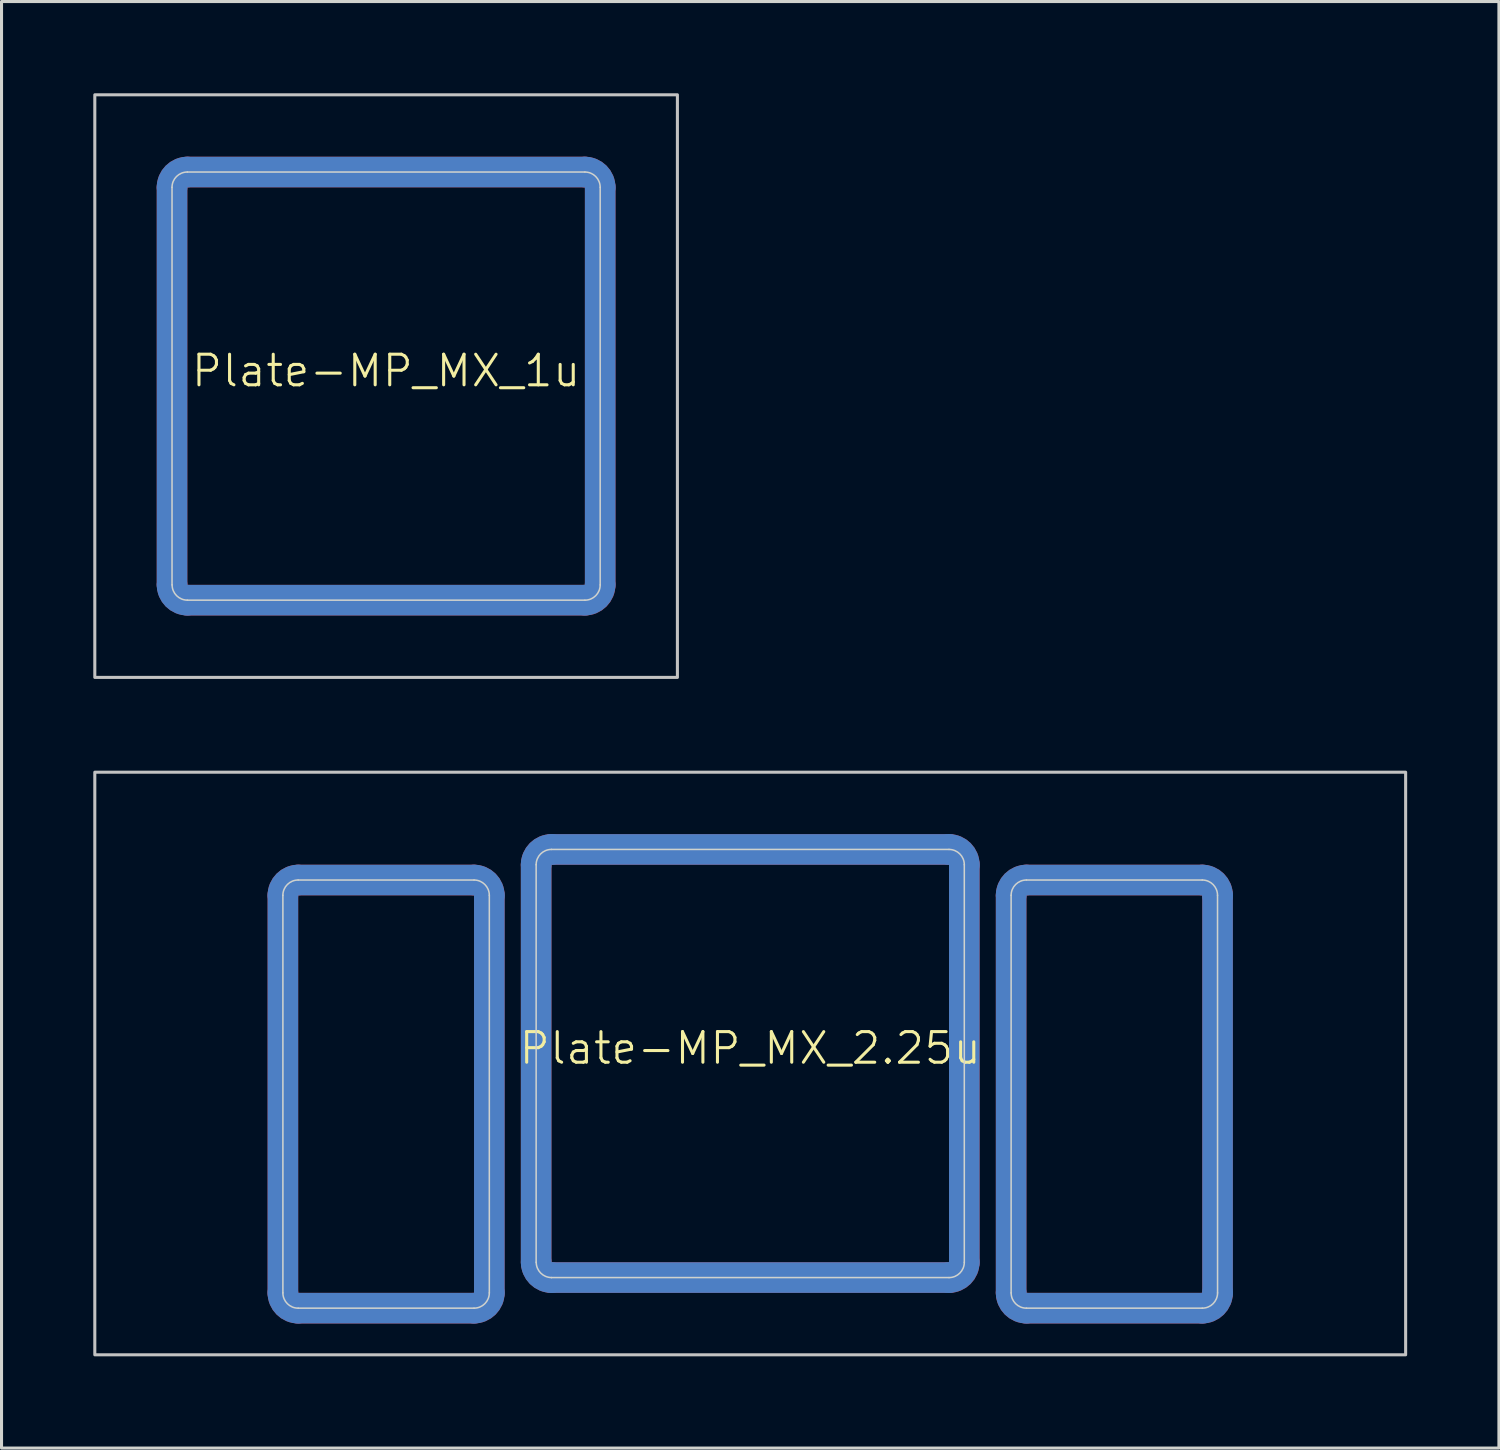
<source format=kicad_pcb>
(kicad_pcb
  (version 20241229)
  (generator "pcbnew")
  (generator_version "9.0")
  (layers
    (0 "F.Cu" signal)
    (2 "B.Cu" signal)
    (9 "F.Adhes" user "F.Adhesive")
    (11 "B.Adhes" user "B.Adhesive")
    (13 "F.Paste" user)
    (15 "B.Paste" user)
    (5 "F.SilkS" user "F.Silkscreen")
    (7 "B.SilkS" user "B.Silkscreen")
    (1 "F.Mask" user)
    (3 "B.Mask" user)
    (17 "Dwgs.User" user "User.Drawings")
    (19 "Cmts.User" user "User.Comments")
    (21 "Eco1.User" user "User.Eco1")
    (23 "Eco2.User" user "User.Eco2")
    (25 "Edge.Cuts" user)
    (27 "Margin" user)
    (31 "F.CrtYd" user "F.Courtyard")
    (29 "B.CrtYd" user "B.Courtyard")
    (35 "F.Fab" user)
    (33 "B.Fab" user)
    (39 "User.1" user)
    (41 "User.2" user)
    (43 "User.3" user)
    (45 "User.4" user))
  (footprint "Plate-MP_MX_2.25u"
    (layer "F.Cu")
    (at 21.481 31.725)
    (property "Reference" "Plate-MP_MX_2.25u" (at 0 -0.5 0) (unlocked yes) (layer "F.SilkS") (effects (font (size 1 1) (thickness 0.1))))
    (attr exclude_from_pos_files exclude_from_bom allow_missing_courtyard)
    (fp_line (start -15.281 -5.5) (end -15.281 7.5) (stroke (width 1) (type solid)) (layer "F.Cu"))
    (fp_line (start -9.031 -6) (end -14.781 -6) (stroke (width 1) (type solid)) (layer "F.Cu"))
    (fp_line (start -9.031 8) (end -14.781 8) (stroke (width 1) (type solid)) (layer "F.Cu"))
    (fp_line (start -8.531 -5.5) (end -8.531 7.5) (stroke (width 1) (type solid)) (layer "F.Cu"))
    (fp_line (start -7 -6.5) (end -7 6.5) (stroke (width 1) (type solid)) (layer "F.Cu"))
    (fp_line (start -6.5 7) (end 6.5 7) (stroke (width 1) (type solid)) (layer "F.Cu"))
    (fp_line (start 6.5 -7) (end -6.5 -7) (stroke (width 1) (type solid)) (layer "F.Cu"))
    (fp_line (start 7 6.5) (end 7 -6.5) (stroke (width 1) (type solid)) (layer "F.Cu"))
    (fp_line (start 8.531 -5.5) (end 8.531 7.5) (stroke (width 1) (type solid)) (layer "F.Cu"))
    (fp_line (start 14.781 -6) (end 9.031 -6) (stroke (width 1) (type solid)) (layer "F.Cu"))
    (fp_line (start 14.781 8) (end 9.031 8) (stroke (width 1) (type solid)) (layer "F.Cu"))
    (fp_line (start 15.281 -5.5) (end 15.281 7.5) (stroke (width 1) (type solid)) (layer "F.Cu"))
    (fp_arc (start -15.28125 -5.499999) (mid -15.134803 -5.853552) (end -14.78125 -5.999999) (stroke (width 1) (type solid)) (layer "F.Cu"))
    (fp_arc (start -14.78125 8.000001) (mid -15.134804 7.853555) (end -15.28125 7.500001) (stroke (width 1) (type solid)) (layer "F.Cu"))
    (fp_arc (start -9.03125 -5.999999) (mid -8.677697 -5.853552) (end -8.53125 -5.499999) (stroke (width 1) (type solid)) (layer "F.Cu"))
    (fp_arc (start -8.53125 7.500001) (mid -8.677697 7.853554) (end -9.03125 8.000001) (stroke (width 1) (type solid)) (layer "F.Cu"))
    (fp_arc (start -7 -6.5) (mid -6.853554 -6.853554) (end -6.5 -7) (stroke (width 1) (type solid)) (layer "F.Cu"))
    (fp_arc (start -6.497236 6.998884) (mid -6.85079 6.852438) (end -6.997236 6.498884) (stroke (width 1) (type solid)) (layer "F.Cu"))
    (fp_arc (start 6.5 -7) (mid 6.853554 -6.853554) (end 7 -6.5) (stroke (width 1) (type solid)) (layer "F.Cu"))
    (fp_arc (start 7 6.5) (mid 6.853554 6.853554) (end 6.5 7) (stroke (width 1) (type solid)) (layer "F.Cu"))
    (fp_arc (start 8.53125 -5.499999) (mid 8.677697 -5.853552) (end 9.03125 -5.999999) (stroke (width 1) (type solid)) (layer "F.Cu"))
    (fp_arc (start 9.03125 8.000001) (mid 8.677696 7.853555) (end 8.53125 7.500001) (stroke (width 1) (type solid)) (layer "F.Cu"))
    (fp_arc (start 14.78125 -5.999999) (mid 15.134803 -5.853552) (end 15.28125 -5.499999) (stroke (width 1) (type solid)) (layer "F.Cu"))
    (fp_arc (start 15.28125 7.500001) (mid 15.134803 7.853554) (end 14.78125 8.000001) (stroke (width 1) (type solid)) (layer "F.Cu"))
    (fp_line (start -15.281 -5.5) (end -15.281 7.5) (stroke (width 1.1) (type solid)) (layer "F.Mask"))
    (fp_line (start -14.781 -6) (end -9.031 -6) (stroke (width 1.1) (type solid)) (layer "F.Mask"))
    (fp_line (start -14.781 8) (end -9.031 8) (stroke (width 1.1) (type solid)) (layer "F.Mask"))
    (fp_line (start -8.531 -5.5) (end -8.531 7.5) (stroke (width 1.1) (type solid)) (layer "F.Mask"))
    (fp_line (start -7 -6.5) (end -7 6.5) (stroke (width 1.1) (type solid)) (layer "F.Mask"))
    (fp_line (start -6.5 7) (end 6.5 7) (stroke (width 1.1) (type solid)) (layer "F.Mask"))
    (fp_line (start 6.5 -7) (end -6.5 -7) (stroke (width 1.1) (type solid)) (layer "F.Mask"))
    (fp_line (start 7 6.5) (end 7 -6.5) (stroke (width 1.1) (type solid)) (layer "F.Mask"))
    (fp_line (start 8.531 -5.5) (end 8.531 7.5) (stroke (width 1.1) (type solid)) (layer "F.Mask"))
    (fp_line (start 9.031 -6) (end 14.781 -6) (stroke (width 1.1) (type solid)) (layer "F.Mask"))
    (fp_line (start 9.031 8) (end 14.781 8) (stroke (width 1.1) (type solid)) (layer "F.Mask"))
    (fp_line (start 15.281 -5.5) (end 15.281 7.5) (stroke (width 1.1) (type solid)) (layer "F.Mask"))
    (fp_arc (start -15.28125 -5.499999) (mid -15.134803 -5.853552) (end -14.78125 -5.999999) (stroke (width 1.1) (type solid)) (layer "F.Mask"))
    (fp_arc (start -14.78125 8.000001) (mid -15.134803 7.853554) (end -15.28125 7.500001) (stroke (width 1.1) (type solid)) (layer "F.Mask"))
    (fp_arc (start -9.03125 -5.999999) (mid -8.677697 -5.853552) (end -8.53125 -5.499999) (stroke (width 1.1) (type solid)) (layer "F.Mask"))
    (fp_arc (start -8.53125 7.500001) (mid -8.677697 7.853554) (end -9.03125 8.000001) (stroke (width 1.1) (type solid)) (layer "F.Mask"))
    (fp_arc (start -7 -6.5) (mid -6.853554 -6.853554) (end -6.5 -7) (stroke (width 1.1) (type solid)) (layer "F.Mask"))
    (fp_arc (start -6.497236 6.998884) (mid -6.85079 6.852438) (end -6.997236 6.498884) (stroke (width 1.1) (type solid)) (layer "F.Mask"))
    (fp_arc (start 6.5 -7) (mid 6.853554 -6.853554) (end 7 -6.5) (stroke (width 1.1) (type solid)) (layer "F.Mask"))
    (fp_arc (start 7 6.5) (mid 6.853554 6.853554) (end 6.5 7) (stroke (width 1.1) (type solid)) (layer "F.Mask"))
    (fp_arc (start 8.53125 -5.499999) (mid 8.677697 -5.853552) (end 9.03125 -5.999999) (stroke (width 1.1) (type solid)) (layer "F.Mask"))
    (fp_arc (start 9.03125 8.000001) (mid 8.677697 7.853554) (end 8.53125 7.500001) (stroke (width 1.1) (type solid)) (layer "F.Mask"))
    (fp_arc (start 14.78125 -5.999999) (mid 15.134803 -5.853552) (end 15.28125 -5.499999) (stroke (width 1.1) (type solid)) (layer "F.Mask"))
    (fp_arc (start 15.28125 7.500001) (mid 15.134803 7.853554) (end 14.78125 8.000001) (stroke (width 1.1) (type solid)) (layer "F.Mask"))
    (fp_line (start -15.281 -5.5) (end -15.281 7.5) (stroke (width 1) (type solid)) (layer "B.Cu"))
    (fp_line (start -14.781 -6) (end -9.031 -6) (stroke (width 1) (type solid)) (layer "B.Cu"))
    (fp_line (start -14.781 8) (end -9.031 8) (stroke (width 1) (type solid)) (layer "B.Cu"))
    (fp_line (start -8.531 -5.5) (end -8.531 7.5) (stroke (width 1) (type solid)) (layer "B.Cu"))
    (fp_line (start -7 6.5) (end -7 -6.5) (stroke (width 1) (type solid)) (layer "B.Cu"))
    (fp_line (start -6.5 -7) (end 6.5 -7) (stroke (width 1) (type solid)) (layer "B.Cu"))
    (fp_line (start 6.5 7) (end -6.5 7) (stroke (width 1) (type solid)) (layer "B.Cu"))
    (fp_line (start 7 -6.5) (end 7 6.5) (stroke (width 1) (type solid)) (layer "B.Cu"))
    (fp_line (start 8.531 -5.5) (end 8.531 7.5) (stroke (width 1) (type solid)) (layer "B.Cu"))
    (fp_line (start 9.031 -6) (end 14.781 -6) (stroke (width 1) (type solid)) (layer "B.Cu"))
    (fp_line (start 9.031 8) (end 14.781 8) (stroke (width 1) (type solid)) (layer "B.Cu"))
    (fp_line (start 15.281 -5.5) (end 15.281 7.5) (stroke (width 1) (type solid)) (layer "B.Cu"))
    (fp_arc (start -15.28125 -5.499999) (mid -15.134803 -5.853552) (end -14.78125 -5.999999) (stroke (width 1) (type solid)) (layer "B.Cu"))
    (fp_arc (start -14.78125 8.000001) (mid -15.134803 7.853554) (end -15.28125 7.500001) (stroke (width 1) (type solid)) (layer "B.Cu"))
    (fp_arc (start -9.03125 -5.999999) (mid -8.677697 -5.853552) (end -8.53125 -5.499999) (stroke (width 1) (type solid)) (layer "B.Cu"))
    (fp_arc (start -8.53125 7.500001) (mid -8.677697 7.853554) (end -9.03125 8.000001) (stroke (width 1) (type solid)) (layer "B.Cu"))
    (fp_arc (start -7 -6.5) (mid -6.853553 -6.853553) (end -6.5 -7) (stroke (width 1) (type solid)) (layer "B.Cu"))
    (fp_arc (start -6.5 7) (mid -6.853553 6.853553) (end -7 6.5) (stroke (width 1) (type solid)) (layer "B.Cu"))
    (fp_arc (start 6.5 -7) (mid 6.853554 -6.853554) (end 7 -6.5) (stroke (width 1) (type solid)) (layer "B.Cu"))
    (fp_arc (start 6.997236 6.498884) (mid 6.85079 6.852438) (end 6.497236 6.998884) (stroke (width 1) (type solid)) (layer "B.Cu"))
    (fp_arc (start 8.53125 -5.499999) (mid 8.677697 -5.853552) (end 9.03125 -5.999999) (stroke (width 1) (type solid)) (layer "B.Cu"))
    (fp_arc (start 9.03125 8.000001) (mid 8.677697 7.853554) (end 8.53125 7.500001) (stroke (width 1) (type solid)) (layer "B.Cu"))
    (fp_arc (start 14.78125 -5.999999) (mid 15.134803 -5.853552) (end 15.28125 -5.499999) (stroke (width 1) (type solid)) (layer "B.Cu"))
    (fp_arc (start 15.28125 7.500001) (mid 15.134803 7.853554) (end 14.78125 8.000001) (stroke (width 1) (type solid)) (layer "B.Cu"))
    (fp_line (start -15.281 -5.5) (end -15.281 7.5) (stroke (width 1.1) (type solid)) (layer "B.Mask"))
    (fp_line (start -9.031 -6) (end -14.781 -6) (stroke (width 1.1) (type solid)) (layer "B.Mask"))
    (fp_line (start -9.031 8) (end -14.781 8) (stroke (width 1.1) (type solid)) (layer "B.Mask"))
    (fp_line (start -8.531 -5.5) (end -8.531 7.5) (stroke (width 1.1) (type solid)) (layer "B.Mask"))
    (fp_line (start -7 6.5) (end -7 -6.5) (stroke (width 1.1) (type solid)) (layer "B.Mask"))
    (fp_line (start -6.5 -7) (end 6.5 -7) (stroke (width 1.1) (type solid)) (layer "B.Mask"))
    (fp_line (start 6.5 7) (end -6.5 7) (stroke (width 1.1) (type solid)) (layer "B.Mask"))
    (fp_line (start 7 -6.5) (end 7 6.5) (stroke (width 1.1) (type solid)) (layer "B.Mask"))
    (fp_line (start 8.531 -5.5) (end 8.531 7.5) (stroke (width 1.1) (type solid)) (layer "B.Mask"))
    (fp_line (start 14.781 -6) (end 9.031 -6) (stroke (width 1.1) (type solid)) (layer "B.Mask"))
    (fp_line (start 14.781 8) (end 9.031 8) (stroke (width 1.1) (type solid)) (layer "B.Mask"))
    (fp_line (start 15.281 -5.5) (end 15.281 7.5) (stroke (width 1.1) (type solid)) (layer "B.Mask"))
    (fp_arc (start -15.28125 -5.499999) (mid -15.134803 -5.853552) (end -14.78125 -5.999999) (stroke (width 1.1) (type solid)) (layer "B.Mask"))
    (fp_arc (start -14.78125 8.000001) (mid -15.134803 7.853554) (end -15.28125 7.500001) (stroke (width 1.1) (type solid)) (layer "B.Mask"))
    (fp_arc (start -9.03125 -5.999999) (mid -8.677697 -5.853552) (end -8.53125 -5.499999) (stroke (width 1.1) (type solid)) (layer "B.Mask"))
    (fp_arc (start -8.53125 7.500001) (mid -8.677697 7.853554) (end -9.03125 8.000001) (stroke (width 1.1) (type solid)) (layer "B.Mask"))
    (fp_arc (start -7 -6.5) (mid -6.853553 -6.853553) (end -6.5 -7) (stroke (width 1.1) (type solid)) (layer "B.Mask"))
    (fp_arc (start -6.5 7) (mid -6.853553 6.853553) (end -7 6.5) (stroke (width 1.1) (type solid)) (layer "B.Mask"))
    (fp_arc (start 6.5 -7) (mid 6.853554 -6.853554) (end 7 -6.5) (stroke (width 1.1) (type solid)) (layer "B.Mask"))
    (fp_arc (start 6.997236 6.498884) (mid 6.85079 6.852438) (end 6.497236 6.998884) (stroke (width 1.1) (type solid)) (layer "B.Mask"))
    (fp_arc (start 8.53125 -5.499999) (mid 8.677697 -5.853552) (end 9.03125 -5.999999) (stroke (width 1.1) (type solid)) (layer "B.Mask"))
    (fp_arc (start 9.03125 8.000001) (mid 8.677697 7.853554) (end 8.53125 7.500001) (stroke (width 1.1) (type solid)) (layer "B.Mask"))
    (fp_arc (start 14.78125 -5.999999) (mid 15.134803 -5.853552) (end 15.28125 -5.499999) (stroke (width 1.1) (type solid)) (layer "B.Mask"))
    (fp_arc (start 15.28125 7.500001) (mid 15.134803 7.853554) (end 14.78125 8.000001) (stroke (width 1.1) (type solid)) (layer "B.Mask"))
    (fp_rect (start -21.431 -9.525) (end 21.431 9.525) (stroke (width 0.1) (type solid)) (fill no) (layer "Dwgs.User"))
    (fp_line (start -15.281 -5.5) (end -15.281 7.5) (stroke (width 0.05) (type solid)) (layer "Edge.Cuts"))
    (fp_line (start -14.781 -6) (end -9.031 -6) (stroke (width 0.05) (type solid)) (layer "Edge.Cuts"))
    (fp_line (start -14.781 8) (end -9.031 8) (stroke (width 0.05) (type solid)) (layer "Edge.Cuts"))
    (fp_line (start -8.531 -5.5) (end -8.531 7.5) (stroke (width 0.05) (type solid)) (layer "Edge.Cuts"))
    (fp_line (start -7 -6.5) (end -7 6.5) (stroke (width 0.05) (type solid)) (layer "Edge.Cuts"))
    (fp_line (start -6.5 7) (end 6.5 7) (stroke (width 0.05) (type solid)) (layer "Edge.Cuts"))
    (fp_line (start 6.5 -7) (end -6.5 -7) (stroke (width 0.05) (type solid)) (layer "Edge.Cuts"))
    (fp_line (start 7 6.5) (end 7 -6.5) (stroke (width 0.05) (type solid)) (layer "Edge.Cuts"))
    (fp_line (start 8.531 -5.5) (end 8.531 7.5) (stroke (width 0.05) (type solid)) (layer "Edge.Cuts"))
    (fp_line (start 9.031 -6) (end 14.78 -6) (stroke (width 0.05) (type solid)) (layer "Edge.Cuts"))
    (fp_line (start 9.031 8) (end 14.781 8) (stroke (width 0.05) (type solid)) (layer "Edge.Cuts"))
    (fp_line (start 15.28 -5.5) (end 15.281 7.5) (stroke (width 0.05) (type solid)) (layer "Edge.Cuts"))
    (fp_arc (start -15.28125 -5.499999) (mid -15.134803 -5.853552) (end -14.78125 -5.999999) (stroke (width 0.05) (type solid)) (layer "Edge.Cuts"))
    (fp_arc (start -14.78125 8.000001) (mid -15.134803 7.853554) (end -15.28125 7.500001) (stroke (width 0.05) (type solid)) (layer "Edge.Cuts"))
    (fp_arc (start -9.03125 -5.999999) (mid -8.677697 -5.853552) (end -8.53125 -5.499999) (stroke (width 0.05) (type solid)) (layer "Edge.Cuts"))
    (fp_arc (start -8.53125 7.500001) (mid -8.677697 7.853554) (end -9.03125 8.000001) (stroke (width 0.05) (type solid)) (layer "Edge.Cuts"))
    (fp_arc (start -7 -6.5) (mid -6.853553 -6.853553) (end -6.5 -7) (stroke (width 0.05) (type solid)) (layer "Edge.Cuts"))
    (fp_arc (start -6.497236 6.998884) (mid -6.850789 6.852437) (end -6.997236 6.498884) (stroke (width 0.05) (type solid)) (layer "Edge.Cuts"))
    (fp_arc (start 6.5 -7) (mid 6.853554 -6.853554) (end 7 -6.5) (stroke (width 0.05) (type solid)) (layer "Edge.Cuts"))
    (fp_arc (start 7 6.5) (mid 6.853554 6.853554) (end 6.5 7) (stroke (width 0.05) (type solid)) (layer "Edge.Cuts"))
    (fp_arc (start 8.53125 -5.499999) (mid 8.677697 -5.853552) (end 9.03125 -5.999999) (stroke (width 0.05) (type solid)) (layer "Edge.Cuts"))
    (fp_arc (start 9.03125 8.000001) (mid 8.677697 7.853554) (end 8.53125 7.500001) (stroke (width 0.05) (type solid)) (layer "Edge.Cuts"))
    (fp_arc (start 14.780039 -5.999999) (mid 15.133592 -5.853552) (end 15.280039 -5.499999) (stroke (width 0.05) (type solid)) (layer "Edge.Cuts"))
    (fp_arc (start 15.28125 7.500001) (mid 15.134803 7.853554) (end 14.78125 8.000001) (stroke (width 0.05) (type solid)) (layer "Edge.Cuts")))
  (footprint "Plate-MP_MX_1u"
    (layer "F.Cu")
    (at 9.575 9.575)
    (property "Reference" "Plate-MP_MX_1u" (at 0 -0.5 0) (unlocked yes) (layer "F.SilkS") (effects (font (size 1 1) (thickness 0.1))))
    (attr exclude_from_pos_files exclude_from_bom allow_missing_courtyard)
    (fp_line (start -7 -6.5) (end -7 6.5) (stroke (width 1) (type solid)) (layer "F.Cu"))
    (fp_line (start -6.5 7) (end 6.5 7) (stroke (width 1) (type solid)) (layer "F.Cu"))
    (fp_line (start 6.5 -7) (end -6.5 -7) (stroke (width 1) (type solid)) (layer "F.Cu"))
    (fp_line (start 7 6.5) (end 7 -6.5) (stroke (width 1) (type solid)) (layer "F.Cu"))
    (fp_arc (start -7 -6.5) (mid -6.853554 -6.853554) (end -6.5 -7) (stroke (width 1) (type solid)) (layer "F.Cu"))
    (fp_arc (start -6.497236 6.998884) (mid -6.85079 6.852438) (end -6.997236 6.498884) (stroke (width 1) (type solid)) (layer "F.Cu"))
    (fp_arc (start 6.5 -7) (mid 6.853554 -6.853554) (end 7 -6.5) (stroke (width 1) (type solid)) (layer "F.Cu"))
    (fp_arc (start 7 6.5) (mid 6.853554 6.853554) (end 6.5 7) (stroke (width 1) (type solid)) (layer "F.Cu"))
    (fp_line (start -7 -6.5) (end -7 6.5) (stroke (width 1.1) (type solid)) (layer "F.Mask"))
    (fp_line (start -6.5 7) (end 6.5 7) (stroke (width 1.1) (type solid)) (layer "F.Mask"))
    (fp_line (start 6.5 -7) (end -6.5 -7) (stroke (width 1.1) (type solid)) (layer "F.Mask"))
    (fp_line (start 7 6.5) (end 7 -6.5) (stroke (width 1.1) (type solid)) (layer "F.Mask"))
    (fp_arc (start -7 -6.5) (mid -6.853554 -6.853554) (end -6.5 -7) (stroke (width 1.1) (type solid)) (layer "F.Mask"))
    (fp_arc (start -6.497236 6.998884) (mid -6.85079 6.852438) (end -6.997236 6.498884) (stroke (width 1.1) (type solid)) (layer "F.Mask"))
    (fp_arc (start 6.5 -7) (mid 6.853554 -6.853554) (end 7 -6.5) (stroke (width 1.1) (type solid)) (layer "F.Mask"))
    (fp_arc (start 7 6.5) (mid 6.853554 6.853554) (end 6.5 7) (stroke (width 1.1) (type solid)) (layer "F.Mask"))
    (fp_line (start -7 6.5) (end -7 -6.5) (stroke (width 1) (type solid)) (layer "B.Cu"))
    (fp_line (start -6.5 -7) (end 6.5 -7) (stroke (width 1) (type solid)) (layer "B.Cu"))
    (fp_line (start 6.5 7) (end -6.5 7) (stroke (width 1) (type solid)) (layer "B.Cu"))
    (fp_line (start 7 -6.5) (end 7 6.5) (stroke (width 1) (type solid)) (layer "B.Cu"))
    (fp_arc (start -7 -6.5) (mid -6.853553 -6.853553) (end -6.5 -7) (stroke (width 1) (type solid)) (layer "B.Cu"))
    (fp_arc (start -6.5 7) (mid -6.853553 6.853553) (end -7 6.5) (stroke (width 1) (type solid)) (layer "B.Cu"))
    (fp_arc (start 6.5 -7) (mid 6.853554 -6.853554) (end 7 -6.5) (stroke (width 1) (type solid)) (layer "B.Cu"))
    (fp_arc (start 6.997236 6.498884) (mid 6.85079 6.852438) (end 6.497236 6.998884) (stroke (width 1) (type solid)) (layer "B.Cu"))
    (fp_line (start -7 6.5) (end -7 -6.5) (stroke (width 1.1) (type solid)) (layer "B.Mask"))
    (fp_line (start -6.5 -7) (end 6.5 -7) (stroke (width 1.1) (type solid)) (layer "B.Mask"))
    (fp_line (start 6.5 7) (end -6.5 7) (stroke (width 1.1) (type solid)) (layer "B.Mask"))
    (fp_line (start 7 -6.5) (end 7 6.5) (stroke (width 1.1) (type solid)) (layer "B.Mask"))
    (fp_arc (start -7 -6.5) (mid -6.853553 -6.853553) (end -6.5 -7) (stroke (width 1.1) (type solid)) (layer "B.Mask"))
    (fp_arc (start -6.5 7) (mid -6.853553 6.853553) (end -7 6.5) (stroke (width 1.1) (type solid)) (layer "B.Mask"))
    (fp_arc (start 6.5 -7) (mid 6.853554 -6.853554) (end 7 -6.5) (stroke (width 1.1) (type solid)) (layer "B.Mask"))
    (fp_arc (start 6.997236 6.498884) (mid 6.85079 6.852438) (end 6.497236 6.998884) (stroke (width 1.1) (type solid)) (layer "B.Mask"))
    (fp_rect (start -9.525 -9.525) (end 9.525 9.525) (stroke (width 0.1) (type solid)) (fill no) (layer "Dwgs.User"))
    (fp_line (start -7 -6.5) (end -7 6.5) (stroke (width 0.05) (type solid)) (layer "Edge.Cuts"))
    (fp_line (start -6.5 7) (end 6.5 7) (stroke (width 0.05) (type solid)) (layer "Edge.Cuts"))
    (fp_line (start 6.5 -7) (end -6.5 -7) (stroke (width 0.05) (type solid)) (layer "Edge.Cuts"))
    (fp_line (start 7 6.5) (end 7 -6.5) (stroke (width 0.05) (type solid)) (layer "Edge.Cuts"))
    (fp_arc (start -7 -6.5) (mid -6.853553 -6.853553) (end -6.5 -7) (stroke (width 0.05) (type solid)) (layer "Edge.Cuts"))
    (fp_arc (start -6.497236 6.998884) (mid -6.850789 6.852437) (end -6.997236 6.498884) (stroke (width 0.05) (type solid)) (layer "Edge.Cuts"))
    (fp_arc (start 6.5 -7) (mid 6.853554 -6.853554) (end 7 -6.5) (stroke (width 0.05) (type solid)) (layer "Edge.Cuts"))
    (fp_arc (start 7 6.5) (mid 6.853554 6.853554) (end 6.5 7) (stroke (width 0.05) (type solid)) (layer "Edge.Cuts")))
  (gr_rect
    (start -3 -3)
    (end 45.962 44.3)
    (stroke (width 0.1) (type default))
    (fill no)
    (layer "Edge.Cuts")))
</source>
